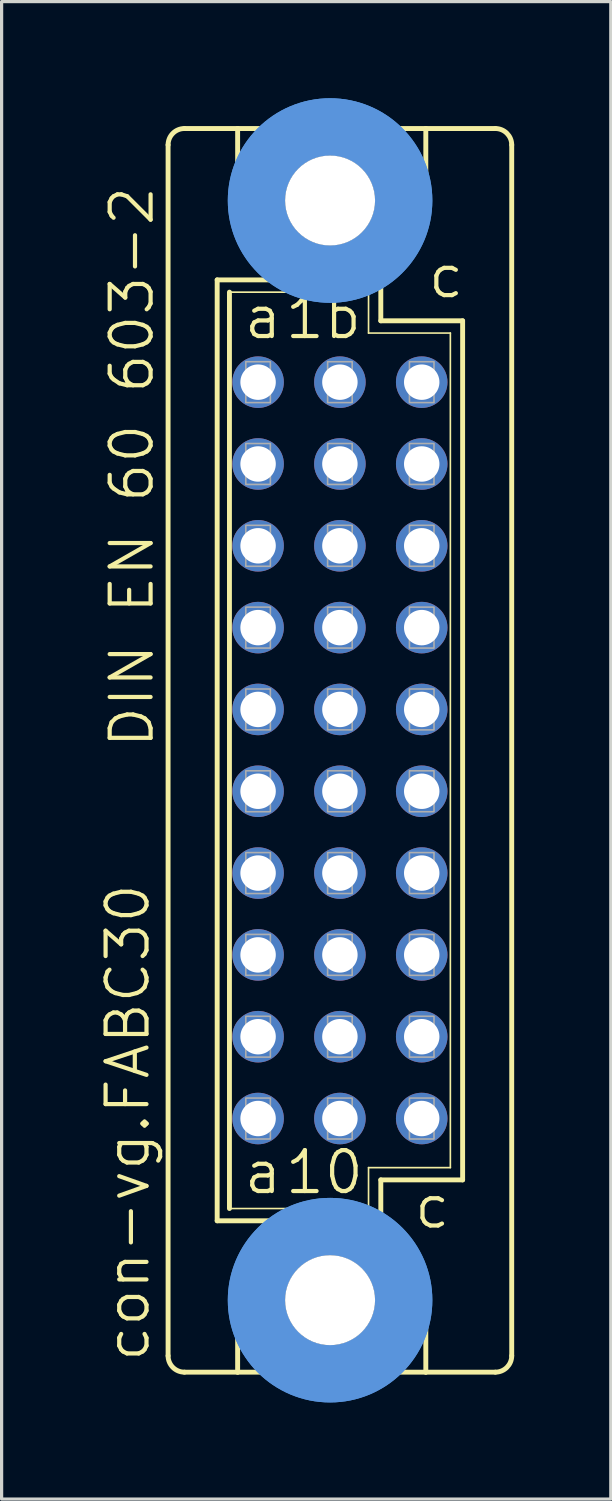
<source format=kicad_pcb>
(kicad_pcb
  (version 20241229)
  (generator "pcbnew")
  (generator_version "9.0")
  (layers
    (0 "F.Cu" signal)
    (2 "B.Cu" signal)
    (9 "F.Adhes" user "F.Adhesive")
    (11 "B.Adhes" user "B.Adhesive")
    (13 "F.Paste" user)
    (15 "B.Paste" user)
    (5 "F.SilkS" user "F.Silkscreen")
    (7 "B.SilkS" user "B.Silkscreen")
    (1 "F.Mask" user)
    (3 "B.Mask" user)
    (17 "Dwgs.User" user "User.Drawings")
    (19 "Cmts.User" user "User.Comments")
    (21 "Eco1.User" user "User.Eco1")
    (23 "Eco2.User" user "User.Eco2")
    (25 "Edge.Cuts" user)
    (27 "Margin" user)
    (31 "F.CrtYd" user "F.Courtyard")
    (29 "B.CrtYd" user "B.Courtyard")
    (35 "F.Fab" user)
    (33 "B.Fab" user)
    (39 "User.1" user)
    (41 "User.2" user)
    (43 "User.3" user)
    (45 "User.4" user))
  (footprint "con-vg.FABC30"
    (layer "F.Cu")
    (at 7.502 20.244)
    (property "Reference" "con-vg.FABC30" (at -5.842 19.05 90) (layer "F.SilkS") (effects (font (size 1.27 1.27) (thickness 0.13)) (justify left bottom)))
    (attr through_hole)
    (fp_line (start -5.334 18.796) (end -5.334 -18.796) (stroke (width 0.152) (type default)) (layer "F.SilkS"))
    (fp_line (start -4.826 -19.304) (end -3.175 -19.304) (stroke (width 0.152) (type default)) (layer "F.SilkS"))
    (fp_line (start -4.826 19.304) (end -3.175 19.304) (stroke (width 0.152) (type default)) (layer "F.SilkS"))
    (fp_line (start -3.81 -14.605) (end -3.81 14.605) (stroke (width 0.152) (type default)) (layer "F.SilkS"))
    (fp_line (start -3.81 14.605) (end -1.651 14.605) (stroke (width 0.152) (type default)) (layer "F.SilkS"))
    (fp_line (start -3.429 -14.224) (end -3.429 14.224) (stroke (width 0.152) (type default)) (layer "F.SilkS"))
    (fp_line (start -3.429 -14.224) (end 0.889 -14.224) (stroke (width 0.051) (type default)) (layer "F.SilkS"))
    (fp_line (start -3.429 14.224) (end 0.889 14.224) (stroke (width 0.051) (type default)) (layer "F.SilkS"))
    (fp_line (start -3.175 -19.304) (end -3.175 -16.51) (stroke (width 0.152) (type default)) (layer "F.SilkS"))
    (fp_line (start -3.175 19.304) (end -3.175 16.51) (stroke (width 0.152) (type default)) (layer "F.SilkS"))
    (fp_line (start -3.175 19.304) (end 2.667 19.304) (stroke (width 0.152) (type default)) (layer "F.SilkS"))
    (fp_line (start -1.651 -14.605) (end -3.81 -14.605) (stroke (width 0.152) (type default)) (layer "F.SilkS"))
    (fp_line (start -1.651 -14.605) (end -3.175 -16.51) (stroke (width 0.152) (type default)) (layer "F.SilkS"))
    (fp_line (start -1.651 14.605) (end -3.175 16.51) (stroke (width 0.152) (type default)) (layer "F.SilkS"))
    (fp_line (start -1.651 14.605) (end 1.143 14.605) (stroke (width 0.152) (type default)) (layer "F.SilkS"))
    (fp_line (start 0.889 -14.224) (end 0.889 -12.954) (stroke (width 0.051) (type default)) (layer "F.SilkS"))
    (fp_line (start 0.889 -12.954) (end 3.429 -12.954) (stroke (width 0.051) (type default)) (layer "F.SilkS"))
    (fp_line (start 0.889 12.954) (end 3.429 12.954) (stroke (width 0.051) (type default)) (layer "F.SilkS"))
    (fp_line (start 0.889 14.224) (end 0.889 12.954) (stroke (width 0.051) (type default)) (layer "F.SilkS"))
    (fp_line (start 1.143 -14.605) (end -1.651 -14.605) (stroke (width 0.152) (type default)) (layer "F.SilkS"))
    (fp_line (start 1.143 -14.605) (end 2.667 -16.51) (stroke (width 0.152) (type default)) (layer "F.SilkS"))
    (fp_line (start 1.143 14.605) (end 1.27 14.605) (stroke (width 0.152) (type default)) (layer "F.SilkS"))
    (fp_line (start 1.143 14.605) (end 2.667 16.51) (stroke (width 0.152) (type default)) (layer "F.SilkS"))
    (fp_line (start 1.27 -14.605) (end 1.143 -14.605) (stroke (width 0.152) (type default)) (layer "F.SilkS"))
    (fp_line (start 1.27 -13.335) (end 1.27 -14.605) (stroke (width 0.152) (type default)) (layer "F.SilkS"))
    (fp_line (start 1.27 13.335) (end 3.81 13.335) (stroke (width 0.152) (type default)) (layer "F.SilkS"))
    (fp_line (start 1.27 14.605) (end 1.27 13.335) (stroke (width 0.152) (type default)) (layer "F.SilkS"))
    (fp_line (start 2.667 -19.304) (end -3.175 -19.304) (stroke (width 0.152) (type default)) (layer "F.SilkS"))
    (fp_line (start 2.667 -19.304) (end 2.667 -16.51) (stroke (width 0.152) (type default)) (layer "F.SilkS"))
    (fp_line (start 2.667 19.304) (end 2.667 16.51) (stroke (width 0.152) (type default)) (layer "F.SilkS"))
    (fp_line (start 2.667 19.304) (end 4.826 19.304) (stroke (width 0.152) (type default)) (layer "F.SilkS"))
    (fp_line (start 3.429 -12.954) (end 3.429 12.954) (stroke (width 0.051) (type default)) (layer "F.SilkS"))
    (fp_line (start 3.81 -13.335) (end 1.27 -13.335) (stroke (width 0.152) (type default)) (layer "F.SilkS"))
    (fp_line (start 3.81 13.335) (end 3.81 -13.335) (stroke (width 0.152) (type default)) (layer "F.SilkS"))
    (fp_line (start 4.826 -19.304) (end 2.667 -19.304) (stroke (width 0.152) (type default)) (layer "F.SilkS"))
    (fp_line (start 5.334 18.796) (end 5.334 -18.796) (stroke (width 0.152) (type default)) (layer "F.SilkS"))
    (fp_arc (start -5.334 -18.796) (mid -5.18521 -19.15521) (end -4.826 -19.304) (stroke (width 0.1524) (type default)) (layer "F.SilkS"))
    (fp_arc (start -4.826 19.304) (mid -5.18521 19.15521) (end -5.334 18.796) (stroke (width 0.1524) (type default)) (layer "F.SilkS"))
    (fp_arc (start 4.826 -19.304) (mid 5.18521 -19.15521) (end 5.334 -18.796) (stroke (width 0.1524) (type default)) (layer "F.SilkS"))
    (fp_arc (start 5.334 18.796) (mid 5.18521 19.15521) (end 4.826 19.304) (stroke (width 0.1524) (type default)) (layer "F.SilkS"))
    (fp_circle (center -0.305 -17.069) (end 0.965 -17.069) (stroke (width 0.152) (type default)) (fill no) (layer "F.SilkS"))
    (fp_circle (center -0.305 17.069) (end 0.965 17.069) (stroke (width 0.152) (type default)) (fill no) (layer "F.SilkS"))
    (fp_circle (center -0.305 -17.069) (end 1.981 -17.069) (stroke (width 1.778) (type default)) (fill no) (layer "Cmts.User"))
    (fp_circle (center -0.305 -17.069) (end 1.981 -17.069) (stroke (width 1.778) (type default)) (fill no) (layer "Cmts.User"))
    (fp_circle (center -0.305 17.069) (end 1.981 17.069) (stroke (width 1.778) (type default)) (fill no) (layer "Cmts.User"))
    (fp_circle (center -0.305 17.069) (end 1.981 17.069) (stroke (width 1.778) (type default)) (fill no) (layer "Cmts.User"))
    (fp_rect (start -2.921 -10.795) (end -2.159 -12.065) (stroke (width 0.05) (type default)) (fill no) (layer "F.Fab"))
    (fp_rect (start -2.921 -8.255) (end -2.159 -9.525) (stroke (width 0.05) (type default)) (fill no) (layer "F.Fab"))
    (fp_rect (start -2.921 -5.715) (end -2.159 -6.985) (stroke (width 0.05) (type default)) (fill no) (layer "F.Fab"))
    (fp_rect (start -2.921 -3.175) (end -2.159 -4.445) (stroke (width 0.05) (type default)) (fill no) (layer "F.Fab"))
    (fp_rect (start -2.921 -0.635) (end -2.159 -1.905) (stroke (width 0.05) (type default)) (fill no) (layer "F.Fab"))
    (fp_rect (start -2.921 1.905) (end -2.159 0.635) (stroke (width 0.05) (type default)) (fill no) (layer "F.Fab"))
    (fp_rect (start -2.921 4.445) (end -2.159 3.175) (stroke (width 0.05) (type default)) (fill no) (layer "F.Fab"))
    (fp_rect (start -2.921 6.985) (end -2.159 5.715) (stroke (width 0.05) (type default)) (fill no) (layer "F.Fab"))
    (fp_rect (start -2.921 9.525) (end -2.159 8.255) (stroke (width 0.05) (type default)) (fill no) (layer "F.Fab"))
    (fp_rect (start -2.921 12.065) (end -2.159 10.795) (stroke (width 0.05) (type default)) (fill no) (layer "F.Fab"))
    (fp_rect (start -0.381 -10.795) (end 0.381 -12.065) (stroke (width 0.05) (type default)) (fill no) (layer "F.Fab"))
    (fp_rect (start -0.381 -8.255) (end 0.381 -9.525) (stroke (width 0.05) (type default)) (fill no) (layer "F.Fab"))
    (fp_rect (start -0.381 -5.715) (end 0.381 -6.985) (stroke (width 0.05) (type default)) (fill no) (layer "F.Fab"))
    (fp_rect (start -0.381 -3.175) (end 0.381 -4.445) (stroke (width 0.05) (type default)) (fill no) (layer "F.Fab"))
    (fp_rect (start -0.381 -0.635) (end 0.381 -1.905) (stroke (width 0.05) (type default)) (fill no) (layer "F.Fab"))
    (fp_rect (start -0.381 1.905) (end 0.381 0.635) (stroke (width 0.05) (type default)) (fill no) (layer "F.Fab"))
    (fp_rect (start -0.381 4.445) (end 0.381 3.175) (stroke (width 0.05) (type default)) (fill no) (layer "F.Fab"))
    (fp_rect (start -0.381 6.985) (end 0.381 5.715) (stroke (width 0.05) (type default)) (fill no) (layer "F.Fab"))
    (fp_rect (start -0.381 9.525) (end 0.381 8.255) (stroke (width 0.05) (type default)) (fill no) (layer "F.Fab"))
    (fp_rect (start -0.381 12.065) (end 0.381 10.795) (stroke (width 0.05) (type default)) (fill no) (layer "F.Fab"))
    (fp_rect (start 2.159 -10.795) (end 2.921 -12.065) (stroke (width 0.05) (type default)) (fill no) (layer "F.Fab"))
    (fp_rect (start 2.159 -8.255) (end 2.921 -9.525) (stroke (width 0.05) (type default)) (fill no) (layer "F.Fab"))
    (fp_rect (start 2.159 -5.715) (end 2.921 -6.985) (stroke (width 0.05) (type default)) (fill no) (layer "F.Fab"))
    (fp_rect (start 2.159 -3.175) (end 2.921 -4.445) (stroke (width 0.05) (type default)) (fill no) (layer "F.Fab"))
    (fp_rect (start 2.159 -0.635) (end 2.921 -1.905) (stroke (width 0.05) (type default)) (fill no) (layer "F.Fab"))
    (fp_rect (start 2.159 1.905) (end 2.921 0.635) (stroke (width 0.05) (type default)) (fill no) (layer "F.Fab"))
    (fp_rect (start 2.159 4.445) (end 2.921 3.175) (stroke (width 0.05) (type default)) (fill no) (layer "F.Fab"))
    (fp_rect (start 2.159 6.985) (end 2.921 5.715) (stroke (width 0.05) (type default)) (fill no) (layer "F.Fab"))
    (fp_rect (start 2.159 9.525) (end 2.921 8.255) (stroke (width 0.05) (type default)) (fill no) (layer "F.Fab"))
    (fp_rect (start 2.159 12.065) (end 2.921 10.795) (stroke (width 0.05) (type default)) (fill no) (layer "F.Fab"))
    (fp_text user "a" (at -3.048 -12.7 0) (layer "F.SilkS") (effects (font (size 1.27 1.27) (thickness 0.13)) (justify left bottom)))
    (fp_text user "1b" (at -1.778 -12.7 0) (layer "F.SilkS") (effects (font (size 1.27 1.27) (thickness 0.13)) (justify left bottom)))
    (fp_text user "DIN EN 60 603-2" (at -5.715 0 90) (layer "F.SilkS") (effects (font (size 1.27 1.27) (thickness 0.13)) (justify left bottom)))
    (fp_text user "c" (at 2.237 14.913 0) (layer "F.SilkS") (effects (font (size 1.27 1.27) (thickness 0.13)) (justify left bottom)))
    (fp_text user "c" (at 2.667 -13.97 0) (layer "F.SilkS") (effects (font (size 1.27 1.27) (thickness 0.13)) (justify left bottom)))
    (fp_text user "10" (at -1.778 13.843 0) (layer "F.SilkS") (effects (font (size 1.27 1.27) (thickness 0.13)) (justify left bottom)))
    (fp_text user "a" (at -3.048 13.843 0) (layer "F.SilkS") (effects (font (size 1.27 1.27) (thickness 0.13)) (justify left bottom)))
    (pad "" np_thru_hole circle (at -0.305 -17.069) (size 2.794 2.794) (drill 2.794) (layers "*.Cu" "*.Mask"))
    (pad "" np_thru_hole circle (at -0.305 17.069) (size 2.794 2.794) (drill 2.794) (layers "*.Cu" "*.Mask"))
    (pad "A1" thru_hole circle (at -2.54 -11.43) (size 1.6 1.6) (drill 1.1) (layers "*.Cu" "*.Mask"))
    (pad "A2" thru_hole circle (at -2.54 -8.89) (size 1.6 1.6) (drill 1.1) (layers "*.Cu" "*.Mask"))
    (pad "A3" thru_hole circle (at -2.54 -6.35) (size 1.6 1.6) (drill 1.1) (layers "*.Cu" "*.Mask"))
    (pad "A4" thru_hole circle (at -2.54 -3.81) (size 1.6 1.6) (drill 1.1) (layers "*.Cu" "*.Mask"))
    (pad "A5" thru_hole circle (at -2.54 -1.27) (size 1.6 1.6) (drill 1.1) (layers "*.Cu" "*.Mask"))
    (pad "A6" thru_hole circle (at -2.54 1.27) (size 1.6 1.6) (drill 1.1) (layers "*.Cu" "*.Mask"))
    (pad "A7" thru_hole circle (at -2.54 3.81) (size 1.6 1.6) (drill 1.1) (layers "*.Cu" "*.Mask"))
    (pad "A8" thru_hole circle (at -2.54 6.35) (size 1.6 1.6) (drill 1.1) (layers "*.Cu" "*.Mask"))
    (pad "A9" thru_hole circle (at -2.54 8.89) (size 1.6 1.6) (drill 1.1) (layers "*.Cu" "*.Mask"))
    (pad "A10" thru_hole circle (at -2.54 11.43) (size 1.6 1.6) (drill 1.1) (layers "*.Cu" "*.Mask"))
    (pad "B1" thru_hole circle (at 0 -11.43) (size 1.6 1.6) (drill 1.1) (layers "*.Cu" "*.Mask"))
    (pad "B2" thru_hole circle (at 0 -8.89) (size 1.6 1.6) (drill 1.1) (layers "*.Cu" "*.Mask"))
    (pad "B3" thru_hole circle (at 0 -6.35) (size 1.6 1.6) (drill 1.1) (layers "*.Cu" "*.Mask"))
    (pad "B4" thru_hole circle (at 0 -3.81) (size 1.6 1.6) (drill 1.1) (layers "*.Cu" "*.Mask"))
    (pad "B5" thru_hole circle (at 0 -1.27) (size 1.6 1.6) (drill 1.1) (layers "*.Cu" "*.Mask"))
    (pad "B6" thru_hole circle (at 0 1.27) (size 1.6 1.6) (drill 1.1) (layers "*.Cu" "*.Mask"))
    (pad "B7" thru_hole circle (at 0 3.81) (size 1.6 1.6) (drill 1.1) (layers "*.Cu" "*.Mask"))
    (pad "B8" thru_hole circle (at 0 6.35) (size 1.6 1.6) (drill 1.1) (layers "*.Cu" "*.Mask"))
    (pad "B9" thru_hole circle (at 0 8.89) (size 1.6 1.6) (drill 1.1) (layers "*.Cu" "*.Mask"))
    (pad "B10" thru_hole circle (at 0 11.43) (size 1.6 1.6) (drill 1.1) (layers "*.Cu" "*.Mask"))
    (pad "C1" thru_hole circle (at 2.54 -11.43) (size 1.6 1.6) (drill 1.1) (layers "*.Cu" "*.Mask"))
    (pad "C2" thru_hole circle (at 2.54 -8.89) (size 1.6 1.6) (drill 1.1) (layers "*.Cu" "*.Mask"))
    (pad "C3" thru_hole circle (at 2.54 -6.35) (size 1.6 1.6) (drill 1.1) (layers "*.Cu" "*.Mask"))
    (pad "C4" thru_hole circle (at 2.54 -3.81) (size 1.6 1.6) (drill 1.1) (layers "*.Cu" "*.Mask"))
    (pad "C5" thru_hole circle (at 2.54 -1.27) (size 1.6 1.6) (drill 1.1) (layers "*.Cu" "*.Mask"))
    (pad "C6" thru_hole circle (at 2.54 1.27) (size 1.6 1.6) (drill 1.1) (layers "*.Cu" "*.Mask"))
    (pad "C7" thru_hole circle (at 2.54 3.81) (size 1.6 1.6) (drill 1.1) (layers "*.Cu" "*.Mask"))
    (pad "C8" thru_hole circle (at 2.54 6.35) (size 1.6 1.6) (drill 1.1) (layers "*.Cu" "*.Mask"))
    (pad "C9" thru_hole circle (at 2.54 8.89) (size 1.6 1.6) (drill 1.1) (layers "*.Cu" "*.Mask"))
    (pad "C10" thru_hole circle (at 2.54 11.43) (size 1.6 1.6) (drill 1.1) (layers "*.Cu" "*.Mask")))
  (gr_rect
    (start -3 -3)
    (end 15.912 43.488)
    (stroke (width 0.1) (type default))
    (fill no)
    (layer "Edge.Cuts")))
</source>
